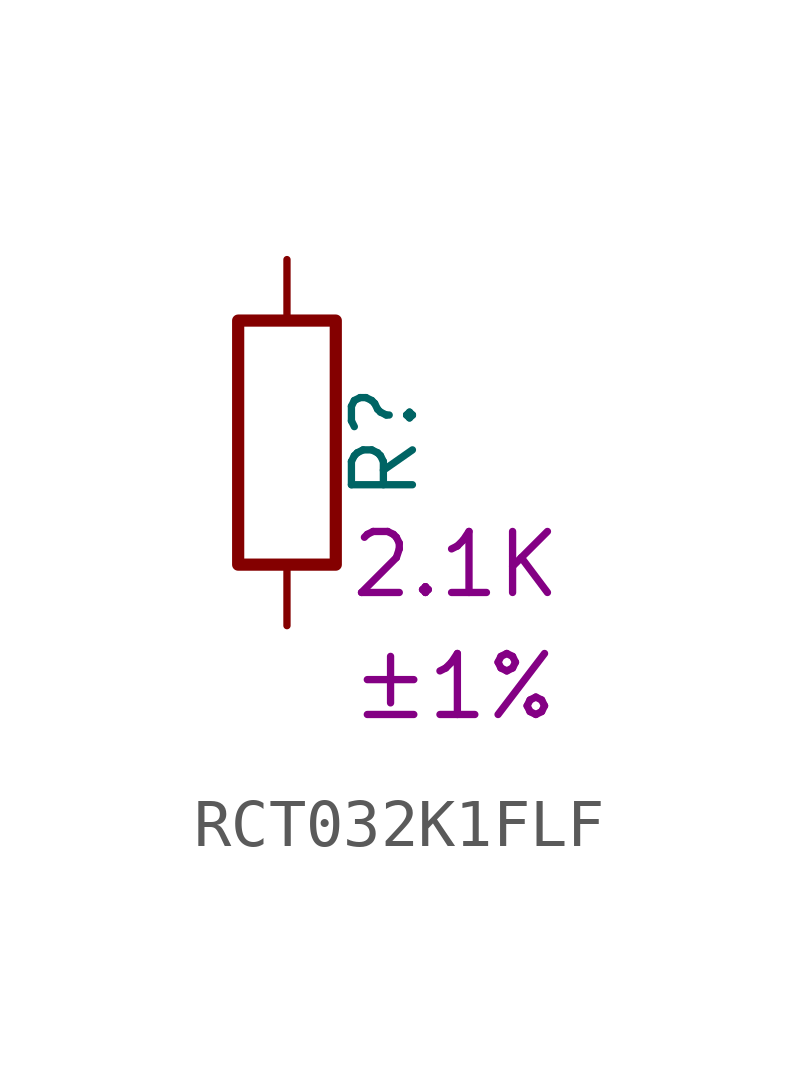
<source format=kicad_sym>
(kicad_symbol_lib
  (version 20220914)
  (generator kicad_symbol_editor)
  (symbol "RCT032K1FLF"
    (pin_numbers hide)
    (pin_names
      (offset 0))
    (property "Reference" "R"
      (at 2.032 0 90)
      (effects (font (size 1.27 1.27))))
    (property "Resistance" "2.1K"
      (at 1.27 -2.54 0)
      (effects (font (size 1.27 1.27)) (justify left)))
    (property "Tolerance" "±1%"
      (at 1.27 -5.08 0)
      (effects (font (size 1.27 1.27)) (justify left)))
    (symbol "RCT032K1FLF_0_1"
      (rectangle (start -1.016 -2.54) (end 1.016 2.54) (stroke (width 0.254) (type default)) (fill (type none))))
    (symbol "RCT032K1FLF_1_1"
      (pin passive line (at 0 3.81 270) (length 1.27) (name "~" (effects (font (size 1.27 1.27)))) (number "1" (effects (font (size 1.27 1.27)))))
      (pin passive line (at 0 -3.81 90) (length 1.27) (name "~" (effects (font (size 1.27 1.27)))) (number "2" (effects (font (size 1.27 1.27))))))))
</source>
